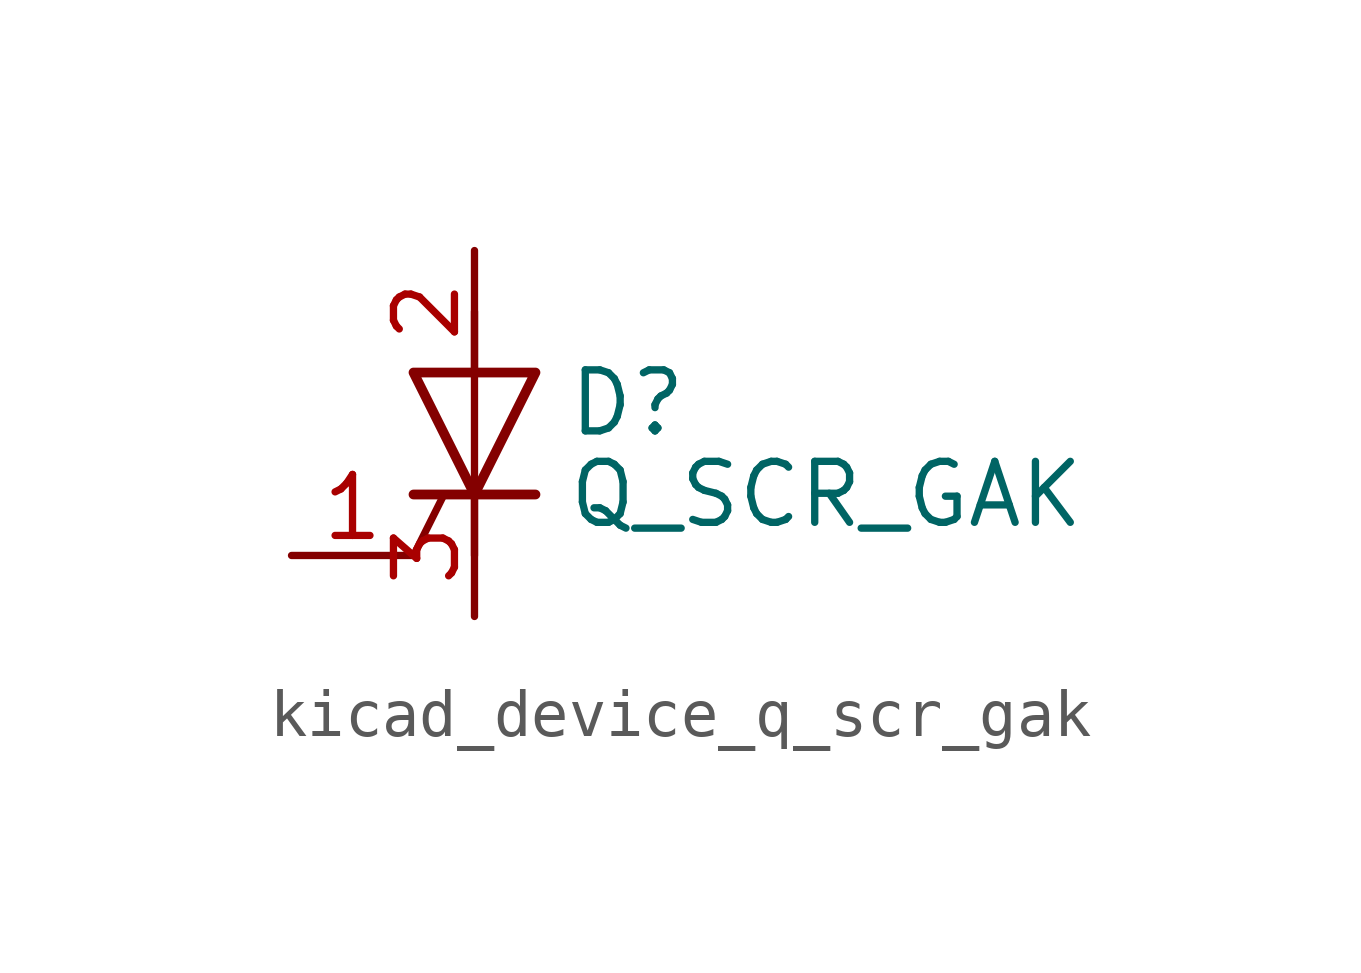
<source format=kicad_sym>
(kicad_symbol_lib
  (version 20220914)
  (generator kicad_symbol_editor)
  (symbol "kicad_device_q_scr_gak"
    (pin_names
      (offset 0) hide)
    (property "Reference" "D"
      (at 1.905 0.635 0)
      (effects (font (size 1.27 1.27)) (justify left)))
    (property "Value" "Q_SCR_GAK"
      (at 1.905 -1.27 0)
      (effects (font (size 1.27 1.27)) (justify left)))
    (symbol "kicad_device_q_scr_gak_0_1"
      (polyline (pts (xy -1.27 -2.54) (xy -0.635 -1.27)) (stroke (width 0) (type default)) (fill (type none)))
      (polyline (pts (xy -1.27 -1.27) (xy 1.27 -1.27)) (stroke (width 0.203) (type default)) (fill (type none)))
      (polyline (pts (xy 0 -2.54) (xy 0 2.54)) (stroke (width 0) (type default)) (fill (type none)))
      (polyline (pts (xy -1.27 1.27) (xy 1.27 1.27) (xy 0 -1.27) (xy -1.27 1.27)) (stroke (width 0.203) (type default)) (fill (type none))))
    (symbol "kicad_device_q_scr_gak_1_1"
      (pin input line (at -3.81 -2.54 0) (length 2.54) (name "G" (effects (font (size 1.27 1.27)))) (number "1" (effects (font (size 1.27 1.27)))))
      (pin passive line (at 0 3.81 270) (length 2.54) (name "A" (effects (font (size 1.27 1.27)))) (number "2" (effects (font (size 1.27 1.27)))))
      (pin passive line (at 0 -3.81 90) (length 2.54) (name "K" (effects (font (size 1.27 1.27)))) (number "3" (effects (font (size 1.27 1.27))))))))
</source>
